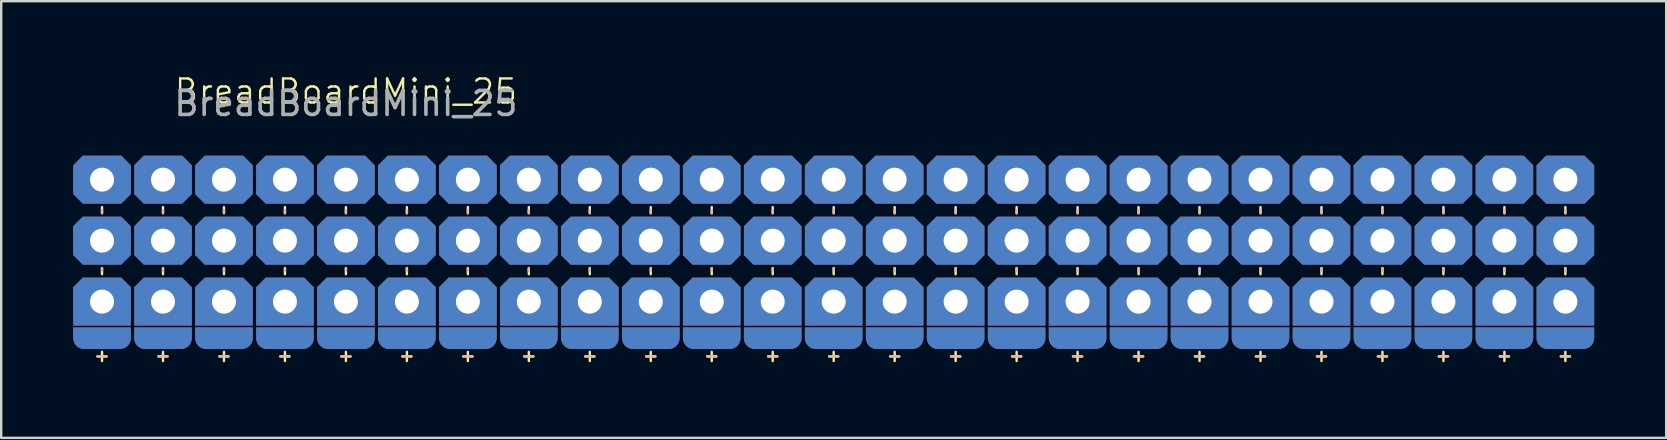
<source format=kicad_pcb>
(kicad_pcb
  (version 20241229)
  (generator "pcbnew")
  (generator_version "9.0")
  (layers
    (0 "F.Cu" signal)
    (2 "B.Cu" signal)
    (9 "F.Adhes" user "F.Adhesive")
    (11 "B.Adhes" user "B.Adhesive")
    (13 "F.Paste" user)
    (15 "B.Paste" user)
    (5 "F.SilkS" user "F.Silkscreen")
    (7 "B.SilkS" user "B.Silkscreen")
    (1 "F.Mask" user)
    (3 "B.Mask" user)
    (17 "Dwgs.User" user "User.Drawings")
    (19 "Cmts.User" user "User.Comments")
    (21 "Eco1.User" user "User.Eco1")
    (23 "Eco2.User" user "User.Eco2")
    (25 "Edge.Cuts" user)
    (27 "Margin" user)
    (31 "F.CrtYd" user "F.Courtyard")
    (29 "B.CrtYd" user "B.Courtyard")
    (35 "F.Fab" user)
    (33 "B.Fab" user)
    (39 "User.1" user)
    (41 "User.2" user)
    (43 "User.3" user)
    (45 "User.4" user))
  (footprint "BreadBoardMini_25"
    (layer "F.Cu")
    (at 6.28 2.53)
    (property "Reference" "BreadBoardMini_25" (at 5.08 -1.77 0) (unlocked yes) (layer "F.SilkS") (effects (font (size 1 1) (thickness 0.1))))
    (attr through_hole)
    (fp_line (start -5.08 3.048) (end -5.08 3.302) (stroke (width 0.1) (type default)) (layer "F.SilkS"))
    (fp_line (start -5.08 5.842) (end -5.08 5.588) (stroke (width 0.1) (type default)) (layer "F.SilkS"))
    (fp_line (start -2.54 3.048) (end -2.54 3.302) (stroke (width 0.1) (type default)) (layer "F.SilkS"))
    (fp_line (start -2.54 5.842) (end -2.54 5.588) (stroke (width 0.1) (type default)) (layer "F.SilkS"))
    (fp_line (start 0 3.048) (end 0 3.302) (stroke (width 0.1) (type default)) (layer "F.SilkS"))
    (fp_line (start 0 5.842) (end 0 5.588) (stroke (width 0.1) (type default)) (layer "F.SilkS"))
    (fp_line (start 2.54 3.048) (end 2.54 3.302) (stroke (width 0.1) (type default)) (layer "F.SilkS"))
    (fp_line (start 2.54 5.842) (end 2.54 5.588) (stroke (width 0.1) (type default)) (layer "F.SilkS"))
    (fp_line (start 5.08 3.048) (end 5.08 3.302) (stroke (width 0.1) (type default)) (layer "F.SilkS"))
    (fp_line (start 5.08 5.842) (end 5.08 5.588) (stroke (width 0.1) (type default)) (layer "F.SilkS"))
    (fp_line (start 7.62 3.048) (end 7.62 3.302) (stroke (width 0.1) (type default)) (layer "F.SilkS"))
    (fp_line (start 7.62 5.842) (end 7.62 5.588) (stroke (width 0.1) (type default)) (layer "F.SilkS"))
    (fp_line (start 10.16 3.048) (end 10.16 3.302) (stroke (width 0.1) (type default)) (layer "F.SilkS"))
    (fp_line (start 10.16 5.842) (end 10.16 5.588) (stroke (width 0.1) (type default)) (layer "F.SilkS"))
    (fp_line (start 12.7 3.048) (end 12.7 3.302) (stroke (width 0.1) (type default)) (layer "F.SilkS"))
    (fp_line (start 12.7 5.842) (end 12.7 5.588) (stroke (width 0.1) (type default)) (layer "F.SilkS"))
    (fp_line (start 15.24 3.048) (end 15.24 3.302) (stroke (width 0.1) (type default)) (layer "F.SilkS"))
    (fp_line (start 15.24 5.842) (end 15.24 5.588) (stroke (width 0.1) (type default)) (layer "F.SilkS"))
    (fp_line (start 17.78 3.048) (end 17.78 3.302) (stroke (width 0.1) (type default)) (layer "F.SilkS"))
    (fp_line (start 17.78 5.842) (end 17.78 5.588) (stroke (width 0.1) (type default)) (layer "F.SilkS"))
    (fp_line (start 20.32 3.048) (end 20.32 3.302) (stroke (width 0.1) (type default)) (layer "F.SilkS"))
    (fp_line (start 20.32 5.842) (end 20.32 5.588) (stroke (width 0.1) (type default)) (layer "F.SilkS"))
    (fp_line (start 22.86 3.048) (end 22.86 3.302) (stroke (width 0.1) (type default)) (layer "F.SilkS"))
    (fp_line (start 22.86 5.842) (end 22.86 5.588) (stroke (width 0.1) (type default)) (layer "F.SilkS"))
    (fp_line (start 25.4 3.048) (end 25.4 3.302) (stroke (width 0.1) (type default)) (layer "F.SilkS"))
    (fp_line (start 25.4 5.842) (end 25.4 5.588) (stroke (width 0.1) (type default)) (layer "F.SilkS"))
    (fp_line (start 27.94 3.048) (end 27.94 3.302) (stroke (width 0.1) (type default)) (layer "F.SilkS"))
    (fp_line (start 27.94 5.842) (end 27.94 5.588) (stroke (width 0.1) (type default)) (layer "F.SilkS"))
    (fp_line (start 30.48 3.048) (end 30.48 3.302) (stroke (width 0.1) (type default)) (layer "F.SilkS"))
    (fp_line (start 30.48 5.842) (end 30.48 5.588) (stroke (width 0.1) (type default)) (layer "F.SilkS"))
    (fp_line (start 33.02 3.048) (end 33.02 3.302) (stroke (width 0.1) (type default)) (layer "F.SilkS"))
    (fp_line (start 33.02 5.842) (end 33.02 5.588) (stroke (width 0.1) (type default)) (layer "F.SilkS"))
    (fp_line (start 35.56 3.048) (end 35.56 3.302) (stroke (width 0.1) (type default)) (layer "F.SilkS"))
    (fp_line (start 35.56 5.842) (end 35.56 5.588) (stroke (width 0.1) (type default)) (layer "F.SilkS"))
    (fp_line (start 38.1 3.048) (end 38.1 3.302) (stroke (width 0.1) (type default)) (layer "F.SilkS"))
    (fp_line (start 38.1 5.842) (end 38.1 5.588) (stroke (width 0.1) (type default)) (layer "F.SilkS"))
    (fp_line (start 40.64 3.048) (end 40.64 3.302) (stroke (width 0.1) (type default)) (layer "F.SilkS"))
    (fp_line (start 40.64 5.842) (end 40.64 5.588) (stroke (width 0.1) (type default)) (layer "F.SilkS"))
    (fp_line (start 43.18 3.048) (end 43.18 3.302) (stroke (width 0.1) (type default)) (layer "F.SilkS"))
    (fp_line (start 43.18 5.842) (end 43.18 5.588) (stroke (width 0.1) (type default)) (layer "F.SilkS"))
    (fp_line (start 45.72 3.048) (end 45.72 3.302) (stroke (width 0.1) (type default)) (layer "F.SilkS"))
    (fp_line (start 45.72 5.842) (end 45.72 5.588) (stroke (width 0.1) (type default)) (layer "F.SilkS"))
    (fp_line (start 48.26 3.048) (end 48.26 3.302) (stroke (width 0.1) (type default)) (layer "F.SilkS"))
    (fp_line (start 48.26 5.842) (end 48.26 5.588) (stroke (width 0.1) (type default)) (layer "F.SilkS"))
    (fp_line (start 50.8 3.048) (end 50.8 3.302) (stroke (width 0.1) (type default)) (layer "F.SilkS"))
    (fp_line (start 50.8 5.842) (end 50.8 5.588) (stroke (width 0.1) (type default)) (layer "F.SilkS"))
    (fp_line (start 53.34 3.048) (end 53.34 3.302) (stroke (width 0.1) (type default)) (layer "F.SilkS"))
    (fp_line (start 53.34 5.842) (end 53.34 5.588) (stroke (width 0.1) (type default)) (layer "F.SilkS"))
    (fp_line (start 55.88 3.048) (end 55.88 3.302) (stroke (width 0.1) (type default)) (layer "F.SilkS"))
    (fp_line (start 55.88 5.842) (end 55.88 5.588) (stroke (width 0.1) (type default)) (layer "F.SilkS"))
    (fp_line (start -5.08 3.175) (end -5.08 3.302) (stroke (width 0.1) (type default)) (layer "B.SilkS"))
    (fp_line (start -5.08 5.715) (end -5.08 5.588) (stroke (width 0.1) (type default)) (layer "B.SilkS"))
    (fp_line (start -2.54 3.175) (end -2.54 3.302) (stroke (width 0.1) (type default)) (layer "B.SilkS"))
    (fp_line (start -2.54 5.715) (end -2.54 5.588) (stroke (width 0.1) (type default)) (layer "B.SilkS"))
    (fp_line (start 0 3.175) (end 0 3.302) (stroke (width 0.1) (type default)) (layer "B.SilkS"))
    (fp_line (start 0 5.715) (end 0 5.588) (stroke (width 0.1) (type default)) (layer "B.SilkS"))
    (fp_line (start 2.54 3.175) (end 2.54 3.302) (stroke (width 0.1) (type default)) (layer "B.SilkS"))
    (fp_line (start 2.54 5.715) (end 2.54 5.588) (stroke (width 0.1) (type default)) (layer "B.SilkS"))
    (fp_line (start 5.08 3.175) (end 5.08 3.302) (stroke (width 0.1) (type default)) (layer "B.SilkS"))
    (fp_line (start 5.08 5.715) (end 5.08 5.588) (stroke (width 0.1) (type default)) (layer "B.SilkS"))
    (fp_line (start 7.62 3.175) (end 7.62 3.302) (stroke (width 0.1) (type default)) (layer "B.SilkS"))
    (fp_line (start 7.62 5.715) (end 7.62 5.588) (stroke (width 0.1) (type default)) (layer "B.SilkS"))
    (fp_line (start 10.16 3.175) (end 10.16 3.302) (stroke (width 0.1) (type default)) (layer "B.SilkS"))
    (fp_line (start 10.16 5.715) (end 10.16 5.588) (stroke (width 0.1) (type default)) (layer "B.SilkS"))
    (fp_line (start 12.7 3.175) (end 12.7 3.302) (stroke (width 0.1) (type default)) (layer "B.SilkS"))
    (fp_line (start 12.7 5.715) (end 12.7 5.588) (stroke (width 0.1) (type default)) (layer "B.SilkS"))
    (fp_line (start 15.24 3.175) (end 15.24 3.302) (stroke (width 0.1) (type default)) (layer "B.SilkS"))
    (fp_line (start 15.24 5.715) (end 15.24 5.588) (stroke (width 0.1) (type default)) (layer "B.SilkS"))
    (fp_line (start 17.78 3.175) (end 17.78 3.302) (stroke (width 0.1) (type default)) (layer "B.SilkS"))
    (fp_line (start 17.78 5.715) (end 17.78 5.588) (stroke (width 0.1) (type default)) (layer "B.SilkS"))
    (fp_line (start 20.32 3.175) (end 20.32 3.302) (stroke (width 0.1) (type default)) (layer "B.SilkS"))
    (fp_line (start 20.32 5.715) (end 20.32 5.588) (stroke (width 0.1) (type default)) (layer "B.SilkS"))
    (fp_line (start 22.86 3.175) (end 22.86 3.302) (stroke (width 0.1) (type default)) (layer "B.SilkS"))
    (fp_line (start 22.86 5.715) (end 22.86 5.588) (stroke (width 0.1) (type default)) (layer "B.SilkS"))
    (fp_line (start 25.4 3.175) (end 25.4 3.302) (stroke (width 0.1) (type default)) (layer "B.SilkS"))
    (fp_line (start 25.4 5.715) (end 25.4 5.588) (stroke (width 0.1) (type default)) (layer "B.SilkS"))
    (fp_line (start 27.94 3.175) (end 27.94 3.302) (stroke (width 0.1) (type default)) (layer "B.SilkS"))
    (fp_line (start 27.94 5.715) (end 27.94 5.588) (stroke (width 0.1) (type default)) (layer "B.SilkS"))
    (fp_line (start 30.48 3.175) (end 30.48 3.302) (stroke (width 0.1) (type default)) (layer "B.SilkS"))
    (fp_line (start 30.48 5.715) (end 30.48 5.588) (stroke (width 0.1) (type default)) (layer "B.SilkS"))
    (fp_line (start 33.02 3.175) (end 33.02 3.302) (stroke (width 0.1) (type default)) (layer "B.SilkS"))
    (fp_line (start 33.02 5.715) (end 33.02 5.588) (stroke (width 0.1) (type default)) (layer "B.SilkS"))
    (fp_line (start 35.56 3.175) (end 35.56 3.302) (stroke (width 0.1) (type default)) (layer "B.SilkS"))
    (fp_line (start 35.56 5.715) (end 35.56 5.588) (stroke (width 0.1) (type default)) (layer "B.SilkS"))
    (fp_line (start 38.1 3.175) (end 38.1 3.302) (stroke (width 0.1) (type default)) (layer "B.SilkS"))
    (fp_line (start 38.1 5.715) (end 38.1 5.588) (stroke (width 0.1) (type default)) (layer "B.SilkS"))
    (fp_line (start 40.64 3.175) (end 40.64 3.302) (stroke (width 0.1) (type default)) (layer "B.SilkS"))
    (fp_line (start 40.64 5.715) (end 40.64 5.588) (stroke (width 0.1) (type default)) (layer "B.SilkS"))
    (fp_line (start 43.18 3.175) (end 43.18 3.302) (stroke (width 0.1) (type default)) (layer "B.SilkS"))
    (fp_line (start 43.18 5.715) (end 43.18 5.588) (stroke (width 0.1) (type default)) (layer "B.SilkS"))
    (fp_line (start 45.72 3.175) (end 45.72 3.302) (stroke (width 0.1) (type default)) (layer "B.SilkS"))
    (fp_line (start 45.72 5.715) (end 45.72 5.588) (stroke (width 0.1) (type default)) (layer "B.SilkS"))
    (fp_line (start 48.26 3.175) (end 48.26 3.302) (stroke (width 0.1) (type default)) (layer "B.SilkS"))
    (fp_line (start 48.26 5.715) (end 48.26 5.588) (stroke (width 0.1) (type default)) (layer "B.SilkS"))
    (fp_line (start 50.8 3.175) (end 50.8 3.302) (stroke (width 0.1) (type default)) (layer "B.SilkS"))
    (fp_line (start 50.8 5.715) (end 50.8 5.588) (stroke (width 0.1) (type default)) (layer "B.SilkS"))
    (fp_line (start 53.34 3.175) (end 53.34 3.302) (stroke (width 0.1) (type default)) (layer "B.SilkS"))
    (fp_line (start 53.34 5.715) (end 53.34 5.588) (stroke (width 0.1) (type default)) (layer "B.SilkS"))
    (fp_line (start 55.88 3.175) (end 55.88 3.302) (stroke (width 0.1) (type default)) (layer "B.SilkS"))
    (fp_line (start 55.88 5.715) (end 55.88 5.588) (stroke (width 0.1) (type default)) (layer "B.SilkS"))
    (fp_text user "+" (at 10.16 9.525 0) (unlocked yes) (layer "F.SilkS") (effects (font (size 0.5 0.5) (thickness 0.1) (bold yes)) (justify bottom)))
    (fp_text user "+" (at 20.32 9.525 0) (unlocked yes) (layer "F.SilkS") (effects (font (size 0.5 0.5) (thickness 0.1) (bold yes)) (justify bottom)))
    (fp_text user "+" (at 38.1 9.525 0) (unlocked yes) (layer "F.SilkS") (effects (font (size 0.5 0.5) (thickness 0.1) (bold yes)) (justify bottom)))
    (fp_text user "+" (at -5.08 9.525 0) (unlocked yes) (layer "F.SilkS") (effects (font (size 0.5 0.5) (thickness 0.1) (bold yes)) (justify bottom)))
    (fp_text user "+" (at 2.54 9.525 0) (unlocked yes) (layer "F.SilkS") (effects (font (size 0.5 0.5) (thickness 0.1) (bold yes)) (justify bottom)))
    (fp_text user "+" (at 15.24 9.525 0) (unlocked yes) (layer "F.SilkS") (effects (font (size 0.5 0.5) (thickness 0.1) (bold yes)) (justify bottom)))
    (fp_text user "+" (at 30.48 9.525 0) (unlocked yes) (layer "F.SilkS") (effects (font (size 0.5 0.5) (thickness 0.1) (bold yes)) (justify bottom)))
    (fp_text user "+" (at 55.88 9.525 0) (unlocked yes) (layer "F.SilkS") (effects (font (size 0.5 0.5) (thickness 0.1) (bold yes)) (justify bottom)))
    (fp_text user "+" (at 48.26 9.525 0) (unlocked yes) (layer "F.SilkS") (effects (font (size 0.5 0.5) (thickness 0.1) (bold yes)) (justify bottom)))
    (fp_text user "+" (at 27.94 9.525 0) (unlocked yes) (layer "F.SilkS") (effects (font (size 0.5 0.5) (thickness 0.1) (bold yes)) (justify bottom)))
    (fp_text user "+" (at 35.56 9.525 0) (unlocked yes) (layer "F.SilkS") (effects (font (size 0.5 0.5) (thickness 0.1) (bold yes)) (justify bottom)))
    (fp_text user "+" (at 5.08 9.525 0) (unlocked yes) (layer "F.SilkS") (effects (font (size 0.5 0.5) (thickness 0.1) (bold yes)) (justify bottom)))
    (fp_text user "+" (at 25.4 9.525 0) (unlocked yes) (layer "F.SilkS") (effects (font (size 0.5 0.5) (thickness 0.1) (bold yes)) (justify bottom)))
    (fp_text user "+" (at 45.72 9.525 0) (unlocked yes) (layer "F.SilkS") (effects (font (size 0.5 0.5) (thickness 0.1) (bold yes)) (justify bottom)))
    (fp_text user "+" (at 22.86 9.525 0) (unlocked yes) (layer "F.SilkS") (effects (font (size 0.5 0.5) (thickness 0.1) (bold yes)) (justify bottom)))
    (fp_text user "+" (at 17.78 9.525 0) (unlocked yes) (layer "F.SilkS") (effects (font (size 0.5 0.5) (thickness 0.1) (bold yes)) (justify bottom)))
    (fp_text user "+" (at -2.54 9.525 0) (unlocked yes) (layer "F.SilkS") (effects (font (size 0.5 0.5) (thickness 0.1) (bold yes)) (justify bottom)))
    (fp_text user "+" (at 12.7 9.525 0) (unlocked yes) (layer "F.SilkS") (effects (font (size 0.5 0.5) (thickness 0.1) (bold yes)) (justify bottom)))
    (fp_text user "+" (at 43.18 9.525 0) (unlocked yes) (layer "F.SilkS") (effects (font (size 0.5 0.5) (thickness 0.1) (bold yes)) (justify bottom)))
    (fp_text user "+" (at 50.8 9.525 0) (unlocked yes) (layer "F.SilkS") (effects (font (size 0.5 0.5) (thickness 0.1) (bold yes)) (justify bottom)))
    (fp_text user "+" (at 40.64 9.525 0) (unlocked yes) (layer "F.SilkS") (effects (font (size 0.5 0.5) (thickness 0.1) (bold yes)) (justify bottom)))
    (fp_text user "+" (at 53.34 9.525 0) (unlocked yes) (layer "F.SilkS") (effects (font (size 0.5 0.5) (thickness 0.1) (bold yes)) (justify bottom)))
    (fp_text user "+" (at 7.62 9.525 0) (unlocked yes) (layer "F.SilkS") (effects (font (size 0.5 0.5) (thickness 0.1) (bold yes)) (justify bottom)))
    (fp_text user "+" (at 33.02 9.525 0) (unlocked yes) (layer "F.SilkS") (effects (font (size 0.5 0.5) (thickness 0.1) (bold yes)) (justify bottom)))
    (fp_text user "+" (at 0 9.525 0) (unlocked yes) (layer "F.SilkS") (effects (font (size 0.5 0.5) (thickness 0.1) (bold yes)) (justify bottom)))
    (fp_text user "-" (at 35.56 9.525 0) (unlocked yes) (layer "B.SilkS") (effects (font (size 0.5 0.5) (thickness 0.1) (bold yes)) (justify bottom mirror)))
    (fp_text user "-" (at 55.88 9.525 0) (unlocked yes) (layer "B.SilkS") (effects (font (size 0.5 0.5) (thickness 0.1) (bold yes)) (justify bottom mirror)))
    (fp_text user "-" (at 45.72 9.525 0) (unlocked yes) (layer "B.SilkS") (effects (font (size 0.5 0.5) (thickness 0.1) (bold yes)) (justify bottom mirror)))
    (fp_text user "-" (at 20.32 9.525 0) (unlocked yes) (layer "B.SilkS") (effects (font (size 0.5 0.5) (thickness 0.1) (bold yes)) (justify bottom mirror)))
    (fp_text user "-" (at 33.02 9.525 0) (unlocked yes) (layer "B.SilkS") (effects (font (size 0.5 0.5) (thickness 0.1) (bold yes)) (justify bottom mirror)))
    (fp_text user "-" (at 15.24 9.525 0) (unlocked yes) (layer "B.SilkS") (effects (font (size 0.5 0.5) (thickness 0.1) (bold yes)) (justify bottom mirror)))
    (fp_text user "-" (at 53.34 9.525 0) (unlocked yes) (layer "B.SilkS") (effects (font (size 0.5 0.5) (thickness 0.1) (bold yes)) (justify bottom mirror)))
    (fp_text user "-" (at -2.54 9.525 0) (unlocked yes) (layer "B.SilkS") (effects (font (size 0.5 0.5) (thickness 0.1) (bold yes)) (justify bottom mirror)))
    (fp_text user "-" (at 48.26 9.525 0) (unlocked yes) (layer "B.SilkS") (effects (font (size 0.5 0.5) (thickness 0.1) (bold yes)) (justify bottom mirror)))
    (fp_text user "-" (at 27.94 9.525 0) (unlocked yes) (layer "B.SilkS") (effects (font (size 0.5 0.5) (thickness 0.1) (bold yes)) (justify bottom mirror)))
    (fp_text user "-" (at 5.08 9.525 0) (unlocked yes) (layer "B.SilkS") (effects (font (size 0.5 0.5) (thickness 0.1) (bold yes)) (justify bottom mirror)))
    (fp_text user "-" (at 10.16 9.525 0) (unlocked yes) (layer "B.SilkS") (effects (font (size 0.5 0.5) (thickness 0.1) (bold yes)) (justify bottom mirror)))
    (fp_text user "-" (at 22.86 9.525 0) (unlocked yes) (layer "B.SilkS") (effects (font (size 0.5 0.5) (thickness 0.1) (bold yes)) (justify bottom mirror)))
    (fp_text user "-" (at 7.62 9.525 0) (unlocked yes) (layer "B.SilkS") (effects (font (size 0.5 0.5) (thickness 0.1) (bold yes)) (justify bottom mirror)))
    (fp_text user "-" (at -5.08 9.525 0) (unlocked yes) (layer "B.SilkS") (effects (font (size 0.5 0.5) (thickness 0.1) (bold yes)) (justify bottom mirror)))
    (fp_text user "-" (at 50.8 9.525 0) (unlocked yes) (layer "B.SilkS") (effects (font (size 0.5 0.5) (thickness 0.1) (bold yes)) (justify bottom mirror)))
    (fp_text user "-" (at 2.54 9.525 0) (unlocked yes) (layer "B.SilkS") (effects (font (size 0.5 0.5) (thickness 0.1) (bold yes)) (justify bottom mirror)))
    (fp_text user "-" (at 0 9.525 0) (unlocked yes) (layer "B.SilkS") (effects (font (size 0.5 0.5) (thickness 0.1) (bold yes)) (justify bottom mirror)))
    (fp_text user "-" (at 17.78 9.525 0) (unlocked yes) (layer "B.SilkS") (effects (font (size 0.5 0.5) (thickness 0.1) (bold yes)) (justify bottom mirror)))
    (fp_text user "-" (at 25.4 9.525 0) (unlocked yes) (layer "B.SilkS") (effects (font (size 0.5 0.5) (thickness 0.1) (bold yes)) (justify bottom mirror)))
    (fp_text user "-" (at 40.64 9.525 0) (unlocked yes) (layer "B.SilkS") (effects (font (size 0.5 0.5) (thickness 0.1) (bold yes)) (justify bottom mirror)))
    (fp_text user "-" (at 30.48 9.525 0) (unlocked yes) (layer "B.SilkS") (effects (font (size 0.5 0.5) (thickness 0.1) (bold yes)) (justify bottom mirror)))
    (fp_text user "-" (at 43.18 9.525 0) (unlocked yes) (layer "B.SilkS") (effects (font (size 0.5 0.5) (thickness 0.1) (bold yes)) (justify bottom mirror)))
    (fp_text user "-" (at 12.7 9.525 0) (unlocked yes) (layer "B.SilkS") (effects (font (size 0.5 0.5) (thickness 0.1) (bold yes)) (justify bottom mirror)))
    (fp_text user "-" (at 38.1 9.525 0) (unlocked yes) (layer "B.SilkS") (effects (font (size 0.5 0.5) (thickness 0.1) (bold yes)) (justify bottom mirror)))
    (fp_text user "${REFERENCE}" (at 5.08 -1.27 0) (unlocked yes) (layer "F.Fab") (effects (font (size 1 1) (thickness 0.15))))
    (pad "1" thru_hole roundrect (at -5.08 1.905) (size 2.4 2) (drill 1) (layers "*.Cu" "*.Mask") (roundrect_rratio 0) (chamfer_ratio 0.2) (chamfer top_left top_right bottom_left bottom_right))
    (pad "1" thru_hole roundrect (at -5.08 4.445) (size 2.4 2) (drill 1) (layers "*.Cu" "*.Mask") (roundrect_rratio 0) (chamfer_ratio 0.2) (chamfer top_left top_right bottom_left bottom_right))
    (pad "1" thru_hole roundrect (at -5.08 6.985 180) (size 2.4 2) (drill 1) (layers "*.Cu" "*.Mask") (roundrect_rratio 0) (chamfer_ratio 0.2) (chamfer bottom_left bottom_right))
    (pad "2" thru_hole roundrect (at -2.54 1.905) (size 2.4 2) (drill 1) (layers "*.Cu" "*.Mask") (roundrect_rratio 0) (chamfer_ratio 0.2) (chamfer top_left top_right bottom_left bottom_right))
    (pad "2" thru_hole roundrect (at -2.54 4.445) (size 2.4 2) (drill 1) (layers "*.Cu" "*.Mask") (roundrect_rratio 0) (chamfer_ratio 0.2) (chamfer top_left top_right bottom_left bottom_right))
    (pad "2" thru_hole roundrect (at -2.54 6.985 180) (size 2.4 2) (drill 1) (layers "*.Cu" "*.Mask") (roundrect_rratio 0) (chamfer_ratio 0.2) (chamfer bottom_left bottom_right))
    (pad "3" thru_hole roundrect (at 0 1.905) (size 2.4 2) (drill 1) (layers "*.Cu" "*.Mask") (roundrect_rratio 0) (chamfer_ratio 0.2) (chamfer top_left top_right bottom_left bottom_right))
    (pad "3" thru_hole roundrect (at 0 4.445) (size 2.4 2) (drill 1) (layers "*.Cu" "*.Mask") (roundrect_rratio 0) (chamfer_ratio 0.2) (chamfer top_left top_right bottom_left bottom_right))
    (pad "3" thru_hole roundrect (at 0 6.985 180) (size 2.4 2) (drill 1) (layers "*.Cu" "*.Mask") (roundrect_rratio 0) (chamfer_ratio 0.2) (chamfer bottom_left bottom_right))
    (pad "4" thru_hole roundrect (at 2.54 1.905) (size 2.4 2) (drill 1) (layers "*.Cu" "*.Mask") (roundrect_rratio 0) (chamfer_ratio 0.2) (chamfer top_left top_right bottom_left bottom_right))
    (pad "4" thru_hole roundrect (at 2.54 4.445) (size 2.4 2) (drill 1) (layers "*.Cu" "*.Mask") (roundrect_rratio 0) (chamfer_ratio 0.2) (chamfer top_left top_right bottom_left bottom_right))
    (pad "4" thru_hole roundrect (at 2.54 6.985 180) (size 2.4 2) (drill 1) (layers "*.Cu" "*.Mask") (roundrect_rratio 0) (chamfer_ratio 0.2) (chamfer bottom_left bottom_right))
    (pad "5" thru_hole roundrect (at 5.08 1.905) (size 2.4 2) (drill 1) (layers "*.Cu" "*.Mask") (roundrect_rratio 0) (chamfer_ratio 0.2) (chamfer top_left top_right bottom_left bottom_right))
    (pad "5" thru_hole roundrect (at 5.08 4.445) (size 2.4 2) (drill 1) (layers "*.Cu" "*.Mask") (roundrect_rratio 0) (chamfer_ratio 0.2) (chamfer top_left top_right bottom_left bottom_right))
    (pad "5" thru_hole roundrect (at 5.08 6.985 180) (size 2.4 2) (drill 1) (layers "*.Cu" "*.Mask") (roundrect_rratio 0) (chamfer_ratio 0.2) (chamfer bottom_left bottom_right))
    (pad "6" thru_hole roundrect (at 7.62 1.905) (size 2.4 2) (drill 1) (layers "*.Cu" "*.Mask") (roundrect_rratio 0) (chamfer_ratio 0.2) (chamfer top_left top_right bottom_left bottom_right))
    (pad "6" thru_hole roundrect (at 7.62 4.445) (size 2.4 2) (drill 1) (layers "*.Cu" "*.Mask") (roundrect_rratio 0) (chamfer_ratio 0.2) (chamfer top_left top_right bottom_left bottom_right))
    (pad "6" thru_hole roundrect (at 7.62 6.985 180) (size 2.4 2) (drill 1) (layers "*.Cu" "*.Mask") (roundrect_rratio 0) (chamfer_ratio 0.2) (chamfer bottom_left bottom_right))
    (pad "7" thru_hole roundrect (at 10.16 1.905) (size 2.4 2) (drill 1) (layers "*.Cu" "*.Mask") (roundrect_rratio 0) (chamfer_ratio 0.2) (chamfer top_left top_right bottom_left bottom_right))
    (pad "7" thru_hole roundrect (at 10.16 4.445) (size 2.4 2) (drill 1) (layers "*.Cu" "*.Mask") (roundrect_rratio 0) (chamfer_ratio 0.2) (chamfer top_left top_right bottom_left bottom_right))
    (pad "7" thru_hole roundrect (at 10.16 6.985 180) (size 2.4 2) (drill 1) (layers "*.Cu" "*.Mask") (roundrect_rratio 0) (chamfer_ratio 0.2) (chamfer bottom_left bottom_right))
    (pad "8" thru_hole roundrect (at 12.7 1.905) (size 2.4 2) (drill 1) (layers "*.Cu" "*.Mask") (roundrect_rratio 0) (chamfer_ratio 0.2) (chamfer top_left top_right bottom_left bottom_right))
    (pad "8" thru_hole roundrect (at 12.7 4.445) (size 2.4 2) (drill 1) (layers "*.Cu" "*.Mask") (roundrect_rratio 0) (chamfer_ratio 0.2) (chamfer top_left top_right bottom_left bottom_right))
    (pad "8" thru_hole roundrect (at 12.7 6.985 180) (size 2.4 2) (drill 1) (layers "*.Cu" "*.Mask") (roundrect_rratio 0) (chamfer_ratio 0.2) (chamfer bottom_left bottom_right))
    (pad "9" thru_hole roundrect (at 15.24 1.905) (size 2.4 2) (drill 1) (layers "*.Cu" "*.Mask") (roundrect_rratio 0) (chamfer_ratio 0.2) (chamfer top_left top_right bottom_left bottom_right))
    (pad "9" thru_hole roundrect (at 15.24 4.445) (size 2.4 2) (drill 1) (layers "*.Cu" "*.Mask") (roundrect_rratio 0) (chamfer_ratio 0.2) (chamfer top_left top_right bottom_left bottom_right))
    (pad "9" thru_hole roundrect (at 15.24 6.985 180) (size 2.4 2) (drill 1) (layers "*.Cu" "*.Mask") (roundrect_rratio 0) (chamfer_ratio 0.2) (chamfer bottom_left bottom_right))
    (pad "10" thru_hole roundrect (at 17.78 1.905) (size 2.4 2) (drill 1) (layers "*.Cu" "*.Mask") (roundrect_rratio 0) (chamfer_ratio 0.2) (chamfer top_left top_right bottom_left bottom_right))
    (pad "10" thru_hole roundrect (at 17.78 4.445) (size 2.4 2) (drill 1) (layers "*.Cu" "*.Mask") (roundrect_rratio 0) (chamfer_ratio 0.2) (chamfer top_left top_right bottom_left bottom_right))
    (pad "10" thru_hole roundrect (at 17.78 6.985 180) (size 2.4 2) (drill 1) (layers "*.Cu" "*.Mask") (roundrect_rratio 0) (chamfer_ratio 0.2) (chamfer bottom_left bottom_right))
    (pad "11" thru_hole roundrect (at 20.32 1.905) (size 2.4 2) (drill 1) (layers "*.Cu" "*.Mask") (roundrect_rratio 0) (chamfer_ratio 0.2) (chamfer top_left top_right bottom_left bottom_right))
    (pad "11" thru_hole roundrect (at 20.32 4.445) (size 2.4 2) (drill 1) (layers "*.Cu" "*.Mask") (roundrect_rratio 0) (chamfer_ratio 0.2) (chamfer top_left top_right bottom_left bottom_right))
    (pad "11" thru_hole roundrect (at 20.32 6.985 180) (size 2.4 2) (drill 1) (layers "*.Cu" "*.Mask") (roundrect_rratio 0) (chamfer_ratio 0.2) (chamfer bottom_left bottom_right))
    (pad "12" thru_hole roundrect (at 22.86 1.905) (size 2.4 2) (drill 1) (layers "*.Cu" "*.Mask") (roundrect_rratio 0) (chamfer_ratio 0.2) (chamfer top_left top_right bottom_left bottom_right))
    (pad "12" thru_hole roundrect (at 22.86 4.445) (size 2.4 2) (drill 1) (layers "*.Cu" "*.Mask") (roundrect_rratio 0) (chamfer_ratio 0.2) (chamfer top_left top_right bottom_left bottom_right))
    (pad "12" thru_hole roundrect (at 22.86 6.985 180) (size 2.4 2) (drill 1) (layers "*.Cu" "*.Mask") (roundrect_rratio 0) (chamfer_ratio 0.2) (chamfer bottom_left bottom_right))
    (pad "13" thru_hole roundrect (at 25.4 1.905) (size 2.4 2) (drill 1) (layers "*.Cu" "*.Mask") (roundrect_rratio 0) (chamfer_ratio 0.2) (chamfer top_left top_right bottom_left bottom_right))
    (pad "13" thru_hole roundrect (at 25.4 4.445) (size 2.4 2) (drill 1) (layers "*.Cu" "*.Mask") (roundrect_rratio 0) (chamfer_ratio 0.2) (chamfer top_left top_right bottom_left bottom_right))
    (pad "13" thru_hole roundrect (at 25.4 6.985 180) (size 2.4 2) (drill 1) (layers "*.Cu" "*.Mask") (roundrect_rratio 0) (chamfer_ratio 0.2) (chamfer bottom_left bottom_right))
    (pad "14" thru_hole roundrect (at 27.94 1.905) (size 2.4 2) (drill 1) (layers "*.Cu" "*.Mask") (roundrect_rratio 0) (chamfer_ratio 0.2) (chamfer top_left top_right bottom_left bottom_right))
    (pad "14" thru_hole roundrect (at 27.94 4.445) (size 2.4 2) (drill 1) (layers "*.Cu" "*.Mask") (roundrect_rratio 0) (chamfer_ratio 0.2) (chamfer top_left top_right bottom_left bottom_right))
    (pad "14" thru_hole roundrect (at 27.94 6.985 180) (size 2.4 2) (drill 1) (layers "*.Cu" "*.Mask") (roundrect_rratio 0) (chamfer_ratio 0.2) (chamfer bottom_left bottom_right))
    (pad "15" thru_hole roundrect (at 30.48 1.905) (size 2.4 2) (drill 1) (layers "*.Cu" "*.Mask") (roundrect_rratio 0) (chamfer_ratio 0.2) (chamfer top_left top_right bottom_left bottom_right))
    (pad "15" thru_hole roundrect (at 30.48 4.445) (size 2.4 2) (drill 1) (layers "*.Cu" "*.Mask") (roundrect_rratio 0) (chamfer_ratio 0.2) (chamfer top_left top_right bottom_left bottom_right))
    (pad "15" thru_hole roundrect (at 30.48 6.985 180) (size 2.4 2) (drill 1) (layers "*.Cu" "*.Mask") (roundrect_rratio 0) (chamfer_ratio 0.2) (chamfer bottom_left bottom_right))
    (pad "16" thru_hole roundrect (at 33.02 1.905) (size 2.4 2) (drill 1) (layers "*.Cu" "*.Mask") (roundrect_rratio 0) (chamfer_ratio 0.2) (chamfer top_left top_right bottom_left bottom_right))
    (pad "16" thru_hole roundrect (at 33.02 4.445) (size 2.4 2) (drill 1) (layers "*.Cu" "*.Mask") (roundrect_rratio 0) (chamfer_ratio 0.2) (chamfer top_left top_right bottom_left bottom_right))
    (pad "16" thru_hole roundrect (at 33.02 6.985 180) (size 2.4 2) (drill 1) (layers "*.Cu" "*.Mask") (roundrect_rratio 0) (chamfer_ratio 0.2) (chamfer bottom_left bottom_right))
    (pad "17" thru_hole roundrect (at 35.56 1.905) (size 2.4 2) (drill 1) (layers "*.Cu" "*.Mask") (roundrect_rratio 0) (chamfer_ratio 0.2) (chamfer top_left top_right bottom_left bottom_right))
    (pad "17" thru_hole roundrect (at 35.56 4.445) (size 2.4 2) (drill 1) (layers "*.Cu" "*.Mask") (roundrect_rratio 0) (chamfer_ratio 0.2) (chamfer top_left top_right bottom_left bottom_right))
    (pad "17" thru_hole roundrect (at 35.56 6.985 180) (size 2.4 2) (drill 1) (layers "*.Cu" "*.Mask") (roundrect_rratio 0) (chamfer_ratio 0.2) (chamfer bottom_left bottom_right))
    (pad "18" thru_hole roundrect (at 38.1 1.905) (size 2.4 2) (drill 1) (layers "*.Cu" "*.Mask") (roundrect_rratio 0) (chamfer_ratio 0.2) (chamfer top_left top_right bottom_left bottom_right))
    (pad "18" thru_hole roundrect (at 38.1 4.445) (size 2.4 2) (drill 1) (layers "*.Cu" "*.Mask") (roundrect_rratio 0) (chamfer_ratio 0.2) (chamfer top_left top_right bottom_left bottom_right))
    (pad "18" thru_hole roundrect (at 38.1 6.985 180) (size 2.4 2) (drill 1) (layers "*.Cu" "*.Mask") (roundrect_rratio 0) (chamfer_ratio 0.2) (chamfer bottom_left bottom_right))
    (pad "19" thru_hole roundrect (at 40.64 1.905) (size 2.4 2) (drill 1) (layers "*.Cu" "*.Mask") (roundrect_rratio 0) (chamfer_ratio 0.2) (chamfer top_left top_right bottom_left bottom_right))
    (pad "19" thru_hole roundrect (at 40.64 4.445) (size 2.4 2) (drill 1) (layers "*.Cu" "*.Mask") (roundrect_rratio 0) (chamfer_ratio 0.2) (chamfer top_left top_right bottom_left bottom_right))
    (pad "19" thru_hole roundrect (at 40.64 6.985 180) (size 2.4 2) (drill 1) (layers "*.Cu" "*.Mask") (roundrect_rratio 0) (chamfer_ratio 0.2) (chamfer bottom_left bottom_right))
    (pad "20" thru_hole roundrect (at 43.18 1.905) (size 2.4 2) (drill 1) (layers "*.Cu" "*.Mask") (roundrect_rratio 0) (chamfer_ratio 0.2) (chamfer top_left top_right bottom_left bottom_right))
    (pad "20" thru_hole roundrect (at 43.18 4.445) (size 2.4 2) (drill 1) (layers "*.Cu" "*.Mask") (roundrect_rratio 0) (chamfer_ratio 0.2) (chamfer top_left top_right bottom_left bottom_right))
    (pad "20" thru_hole roundrect (at 43.18 6.985 180) (size 2.4 2) (drill 1) (layers "*.Cu" "*.Mask") (roundrect_rratio 0) (chamfer_ratio 0.2) (chamfer bottom_left bottom_right))
    (pad "21" thru_hole roundrect (at 45.72 1.905) (size 2.4 2) (drill 1) (layers "*.Cu" "*.Mask") (roundrect_rratio 0) (chamfer_ratio 0.2) (chamfer top_left top_right bottom_left bottom_right))
    (pad "21" thru_hole roundrect (at 45.72 4.445) (size 2.4 2) (drill 1) (layers "*.Cu" "*.Mask") (roundrect_rratio 0) (chamfer_ratio 0.2) (chamfer top_left top_right bottom_left bottom_right))
    (pad "21" thru_hole roundrect (at 45.72 6.985 180) (size 2.4 2) (drill 1) (layers "*.Cu" "*.Mask") (roundrect_rratio 0) (chamfer_ratio 0.2) (chamfer bottom_left bottom_right))
    (pad "22" thru_hole roundrect (at 48.26 1.905) (size 2.4 2) (drill 1) (layers "*.Cu" "*.Mask") (roundrect_rratio 0) (chamfer_ratio 0.2) (chamfer top_left top_right bottom_left bottom_right))
    (pad "22" thru_hole roundrect (at 48.26 4.445) (size 2.4 2) (drill 1) (layers "*.Cu" "*.Mask") (roundrect_rratio 0) (chamfer_ratio 0.2) (chamfer top_left top_right bottom_left bottom_right))
    (pad "22" thru_hole roundrect (at 48.26 6.985 180) (size 2.4 2) (drill 1) (layers "*.Cu" "*.Mask") (roundrect_rratio 0) (chamfer_ratio 0.2) (chamfer bottom_left bottom_right))
    (pad "23" thru_hole roundrect (at 50.8 1.905) (size 2.4 2) (drill 1) (layers "*.Cu" "*.Mask") (roundrect_rratio 0) (chamfer_ratio 0.2) (chamfer top_left top_right bottom_left bottom_right))
    (pad "23" thru_hole roundrect (at 50.8 4.445) (size 2.4 2) (drill 1) (layers "*.Cu" "*.Mask") (roundrect_rratio 0) (chamfer_ratio 0.2) (chamfer top_left top_right bottom_left bottom_right))
    (pad "23" thru_hole roundrect (at 50.8 6.985 180) (size 2.4 2) (drill 1) (layers "*.Cu" "*.Mask") (roundrect_rratio 0) (chamfer_ratio 0.2) (chamfer bottom_left bottom_right))
    (pad "24" thru_hole roundrect (at 53.34 1.905) (size 2.4 2) (drill 1) (layers "*.Cu" "*.Mask") (roundrect_rratio 0) (chamfer_ratio 0.2) (chamfer top_left top_right bottom_left bottom_right))
    (pad "24" thru_hole roundrect (at 53.34 4.445) (size 2.4 2) (drill 1) (layers "*.Cu" "*.Mask") (roundrect_rratio 0) (chamfer_ratio 0.2) (chamfer top_left top_right bottom_left bottom_right))
    (pad "24" thru_hole roundrect (at 53.34 6.985 180) (size 2.4 2) (drill 1) (layers "*.Cu" "*.Mask") (roundrect_rratio 0) (chamfer_ratio 0.2) (chamfer bottom_left bottom_right))
    (pad "25" thru_hole roundrect (at 55.88 1.905) (size 2.4 2) (drill 1) (layers "*.Cu" "*.Mask") (roundrect_rratio 0) (chamfer_ratio 0.2) (chamfer top_left top_right bottom_left bottom_right))
    (pad "25" thru_hole roundrect (at 55.88 4.445) (size 2.4 2) (drill 1) (layers "*.Cu" "*.Mask") (roundrect_rratio 0) (chamfer_ratio 0.2) (chamfer top_left top_right bottom_left bottom_right))
    (pad "25" thru_hole roundrect (at 55.88 6.985 180) (size 2.4 2) (drill 1) (layers "*.Cu" "*.Mask") (roundrect_rratio 0) (chamfer_ratio 0.2) (chamfer bottom_left bottom_right))
    (pad "26" smd roundrect (at -5.08 8.509 90) (size 0.9 2.4) (layers "F.Cu" "F.Mask" "F.Paste") (roundrect_rratio 0.5) (chamfer_ratio 0) (chamfer top_right bottom_right))
    (pad "26" smd roundrect (at -2.54 8.509 90) (size 0.9 2.4) (layers "F.Cu" "F.Mask" "F.Paste") (roundrect_rratio 0.5) (chamfer_ratio 0) (chamfer top_right bottom_right))
    (pad "26" smd roundrect (at 0 8.509 90) (size 0.9 2.4) (layers "F.Cu" "F.Mask" "F.Paste") (roundrect_rratio 0.5) (chamfer_ratio 0) (chamfer top_right bottom_right))
    (pad "26" smd roundrect (at 2.54 8.509 90) (size 0.9 2.4) (layers "F.Cu" "F.Mask" "F.Paste") (roundrect_rratio 0.5) (chamfer_ratio 0) (chamfer top_right bottom_right))
    (pad "26" smd roundrect (at 5.08 8.509 90) (size 0.9 2.4) (layers "F.Cu" "F.Mask" "F.Paste") (roundrect_rratio 0.5) (chamfer_ratio 0) (chamfer top_right bottom_right))
    (pad "26" smd roundrect (at 7.62 8.509 90) (size 0.9 2.4) (layers "F.Cu" "F.Mask" "F.Paste") (roundrect_rratio 0.5) (chamfer_ratio 0) (chamfer top_right bottom_right))
    (pad "26" smd roundrect (at 10.16 8.509 90) (size 0.9 2.4) (layers "F.Cu" "F.Mask" "F.Paste") (roundrect_rratio 0.5) (chamfer_ratio 0) (chamfer top_right bottom_right))
    (pad "26" smd roundrect (at 12.7 8.509 90) (size 0.9 2.4) (layers "F.Cu" "F.Mask" "F.Paste") (roundrect_rratio 0.5) (chamfer_ratio 0) (chamfer top_right bottom_right))
    (pad "26" smd roundrect (at 15.24 8.509 90) (size 0.9 2.4) (layers "F.Cu" "F.Mask" "F.Paste") (roundrect_rratio 0.5) (chamfer_ratio 0) (chamfer top_right bottom_right))
    (pad "26" smd roundrect (at 17.78 8.509 90) (size 0.9 2.4) (layers "F.Cu" "F.Mask" "F.Paste") (roundrect_rratio 0.5) (chamfer_ratio 0) (chamfer top_right bottom_right))
    (pad "26" smd roundrect (at 20.32 8.509 90) (size 0.9 2.4) (layers "F.Cu" "F.Mask" "F.Paste") (roundrect_rratio 0.5) (chamfer_ratio 0) (chamfer top_right bottom_right))
    (pad "26" smd roundrect (at 22.86 8.509 90) (size 0.9 2.4) (layers "F.Cu" "F.Mask" "F.Paste") (roundrect_rratio 0.5) (chamfer_ratio 0) (chamfer top_right bottom_right))
    (pad "26" smd roundrect (at 25.4 8.509 90) (size 0.9 2.4) (layers "F.Cu" "F.Mask" "F.Paste") (roundrect_rratio 0.5) (chamfer_ratio 0) (chamfer top_right bottom_right))
    (pad "26" smd roundrect (at 27.94 8.509 90) (size 0.9 2.4) (layers "F.Cu" "F.Mask" "F.Paste") (roundrect_rratio 0.5) (chamfer_ratio 0) (chamfer top_right bottom_right))
    (pad "26" smd roundrect (at 30.48 8.509 90) (size 0.9 2.4) (layers "F.Cu" "F.Mask" "F.Paste") (roundrect_rratio 0.5) (chamfer_ratio 0) (chamfer top_right bottom_right))
    (pad "26" smd roundrect (at 33.02 8.509 90) (size 0.9 2.4) (layers "F.Cu" "F.Mask" "F.Paste") (roundrect_rratio 0.5) (chamfer_ratio 0) (chamfer top_right bottom_right))
    (pad "26" smd roundrect (at 35.56 8.509 90) (size 0.9 2.4) (layers "F.Cu" "F.Mask" "F.Paste") (roundrect_rratio 0.5) (chamfer_ratio 0) (chamfer top_right bottom_right))
    (pad "26" smd roundrect (at 38.1 8.509 90) (size 0.9 2.4) (layers "F.Cu" "F.Mask" "F.Paste") (roundrect_rratio 0.5) (chamfer_ratio 0) (chamfer top_right bottom_right))
    (pad "26" smd roundrect (at 40.64 8.509 90) (size 0.9 2.4) (layers "F.Cu" "F.Mask" "F.Paste") (roundrect_rratio 0.5) (chamfer_ratio 0) (chamfer top_right bottom_right))
    (pad "26" smd roundrect (at 43.18 8.509 90) (size 0.9 2.4) (layers "F.Cu" "F.Mask" "F.Paste") (roundrect_rratio 0.5) (chamfer_ratio 0) (chamfer top_right bottom_right))
    (pad "26" smd roundrect (at 45.72 8.509 90) (size 0.9 2.4) (layers "F.Cu" "F.Mask" "F.Paste") (roundrect_rratio 0.5) (chamfer_ratio 0) (chamfer top_right bottom_right))
    (pad "26" smd roundrect (at 48.26 8.509 90) (size 0.9 2.4) (layers "F.Cu" "F.Mask" "F.Paste") (roundrect_rratio 0.5) (chamfer_ratio 0) (chamfer top_right bottom_right))
    (pad "26" smd roundrect (at 50.8 8.509 90) (size 0.9 2.4) (layers "F.Cu" "F.Mask" "F.Paste") (roundrect_rratio 0.5) (chamfer_ratio 0) (chamfer top_right bottom_right))
    (pad "26" smd roundrect (at 53.34 8.509 90) (size 0.9 2.4) (layers "F.Cu" "F.Mask" "F.Paste") (roundrect_rratio 0.5) (chamfer_ratio 0) (chamfer top_right bottom_right))
    (pad "26" smd roundrect (at 55.88 8.509 90) (size 0.9 2.4) (layers "F.Cu" "F.Mask" "F.Paste") (roundrect_rratio 0.5) (chamfer_ratio 0) (chamfer top_right bottom_right))
    (pad "27" smd roundrect (at -5.08 8.509 270) (size 0.9 2.4) (layers "B.Cu" "B.Mask" "B.Paste") (roundrect_rratio 0.5) (chamfer_ratio 0) (chamfer top_left bottom_left))
    (pad "27" smd roundrect (at -2.54 8.509 270) (size 0.9 2.4) (layers "B.Cu" "B.Mask" "B.Paste") (roundrect_rratio 0.5) (chamfer_ratio 0) (chamfer top_left bottom_left))
    (pad "27" smd roundrect (at 0 8.509 270) (size 0.9 2.4) (layers "B.Cu" "B.Mask" "B.Paste") (roundrect_rratio 0.5) (chamfer_ratio 0) (chamfer top_left bottom_left))
    (pad "27" smd roundrect (at 2.54 8.509 270) (size 0.9 2.4) (layers "B.Cu" "B.Mask" "B.Paste") (roundrect_rratio 0.5) (chamfer_ratio 0) (chamfer top_left bottom_left))
    (pad "27" smd roundrect (at 5.08 8.509 270) (size 0.9 2.4) (layers "B.Cu" "B.Mask" "B.Paste") (roundrect_rratio 0.5) (chamfer_ratio 0) (chamfer top_left bottom_left))
    (pad "27" smd roundrect (at 7.62 8.509 270) (size 0.9 2.4) (layers "B.Cu" "B.Mask" "B.Paste") (roundrect_rratio 0.5) (chamfer_ratio 0) (chamfer top_left bottom_left))
    (pad "27" smd roundrect (at 10.16 8.509 270) (size 0.9 2.4) (layers "B.Cu" "B.Mask" "B.Paste") (roundrect_rratio 0.5) (chamfer_ratio 0) (chamfer top_left bottom_left))
    (pad "27" smd roundrect (at 12.7 8.509 270) (size 0.9 2.4) (layers "B.Cu" "B.Mask" "B.Paste") (roundrect_rratio 0.5) (chamfer_ratio 0) (chamfer top_left bottom_left))
    (pad "27" smd roundrect (at 15.24 8.509 270) (size 0.9 2.4) (layers "B.Cu" "B.Mask" "B.Paste") (roundrect_rratio 0.5) (chamfer_ratio 0) (chamfer top_left bottom_left))
    (pad "27" smd roundrect (at 17.78 8.509 270) (size 0.9 2.4) (layers "B.Cu" "B.Mask" "B.Paste") (roundrect_rratio 0.5) (chamfer_ratio 0) (chamfer top_left bottom_left))
    (pad "27" smd roundrect (at 20.32 8.509 270) (size 0.9 2.4) (layers "B.Cu" "B.Mask" "B.Paste") (roundrect_rratio 0.5) (chamfer_ratio 0) (chamfer top_left bottom_left))
    (pad "27" smd roundrect (at 22.86 8.509 270) (size 0.9 2.4) (layers "B.Cu" "B.Mask" "B.Paste") (roundrect_rratio 0.5) (chamfer_ratio 0) (chamfer top_left bottom_left))
    (pad "27" smd roundrect (at 25.4 8.509 270) (size 0.9 2.4) (layers "B.Cu" "B.Mask" "B.Paste") (roundrect_rratio 0.5) (chamfer_ratio 0) (chamfer top_left bottom_left))
    (pad "27" smd roundrect (at 27.94 8.509 270) (size 0.9 2.4) (layers "B.Cu" "B.Mask" "B.Paste") (roundrect_rratio 0.5) (chamfer_ratio 0) (chamfer top_left bottom_left))
    (pad "27" smd roundrect (at 30.48 8.509 270) (size 0.9 2.4) (layers "B.Cu" "B.Mask" "B.Paste") (roundrect_rratio 0.5) (chamfer_ratio 0) (chamfer top_left bottom_left))
    (pad "27" smd roundrect (at 33.02 8.509 270) (size 0.9 2.4) (layers "B.Cu" "B.Mask" "B.Paste") (roundrect_rratio 0.5) (chamfer_ratio 0) (chamfer top_left bottom_left))
    (pad "27" smd roundrect (at 35.56 8.509 270) (size 0.9 2.4) (layers "B.Cu" "B.Mask" "B.Paste") (roundrect_rratio 0.5) (chamfer_ratio 0) (chamfer top_left bottom_left))
    (pad "27" smd roundrect (at 38.1 8.509 270) (size 0.9 2.4) (layers "B.Cu" "B.Mask" "B.Paste") (roundrect_rratio 0.5) (chamfer_ratio 0) (chamfer top_left bottom_left))
    (pad "27" smd roundrect (at 40.64 8.509 270) (size 0.9 2.4) (layers "B.Cu" "B.Mask" "B.Paste") (roundrect_rratio 0.5) (chamfer_ratio 0) (chamfer top_left bottom_left))
    (pad "27" smd roundrect (at 43.18 8.509 270) (size 0.9 2.4) (layers "B.Cu" "B.Mask" "B.Paste") (roundrect_rratio 0.5) (chamfer_ratio 0) (chamfer top_left bottom_left))
    (pad "27" smd roundrect (at 45.72 8.509 270) (size 0.9 2.4) (layers "B.Cu" "B.Mask" "B.Paste") (roundrect_rratio 0.5) (chamfer_ratio 0) (chamfer top_left bottom_left))
    (pad "27" smd roundrect (at 48.26 8.509 270) (size 0.9 2.4) (layers "B.Cu" "B.Mask" "B.Paste") (roundrect_rratio 0.5) (chamfer_ratio 0) (chamfer top_left bottom_left))
    (pad "27" smd roundrect (at 50.8 8.509 270) (size 0.9 2.4) (layers "B.Cu" "B.Mask" "B.Paste") (roundrect_rratio 0.5) (chamfer_ratio 0) (chamfer top_left bottom_left))
    (pad "27" smd roundrect (at 53.34 8.509 270) (size 0.9 2.4) (layers "B.Cu" "B.Mask" "B.Paste") (roundrect_rratio 0.5) (chamfer_ratio 0) (chamfer top_left bottom_left))
    (pad "27" smd roundrect (at 55.88 8.509 270) (size 0.9 2.4) (layers "B.Cu" "B.Mask" "B.Paste") (roundrect_rratio 0.5) (chamfer_ratio 0) (chamfer top_left bottom_left)))
  (gr_rect
    (start -3 -3)
    (end 66.36 15.191)
    (stroke (width 0.1) (type default))
    (fill no)
    (layer "Edge.Cuts")))
</source>
